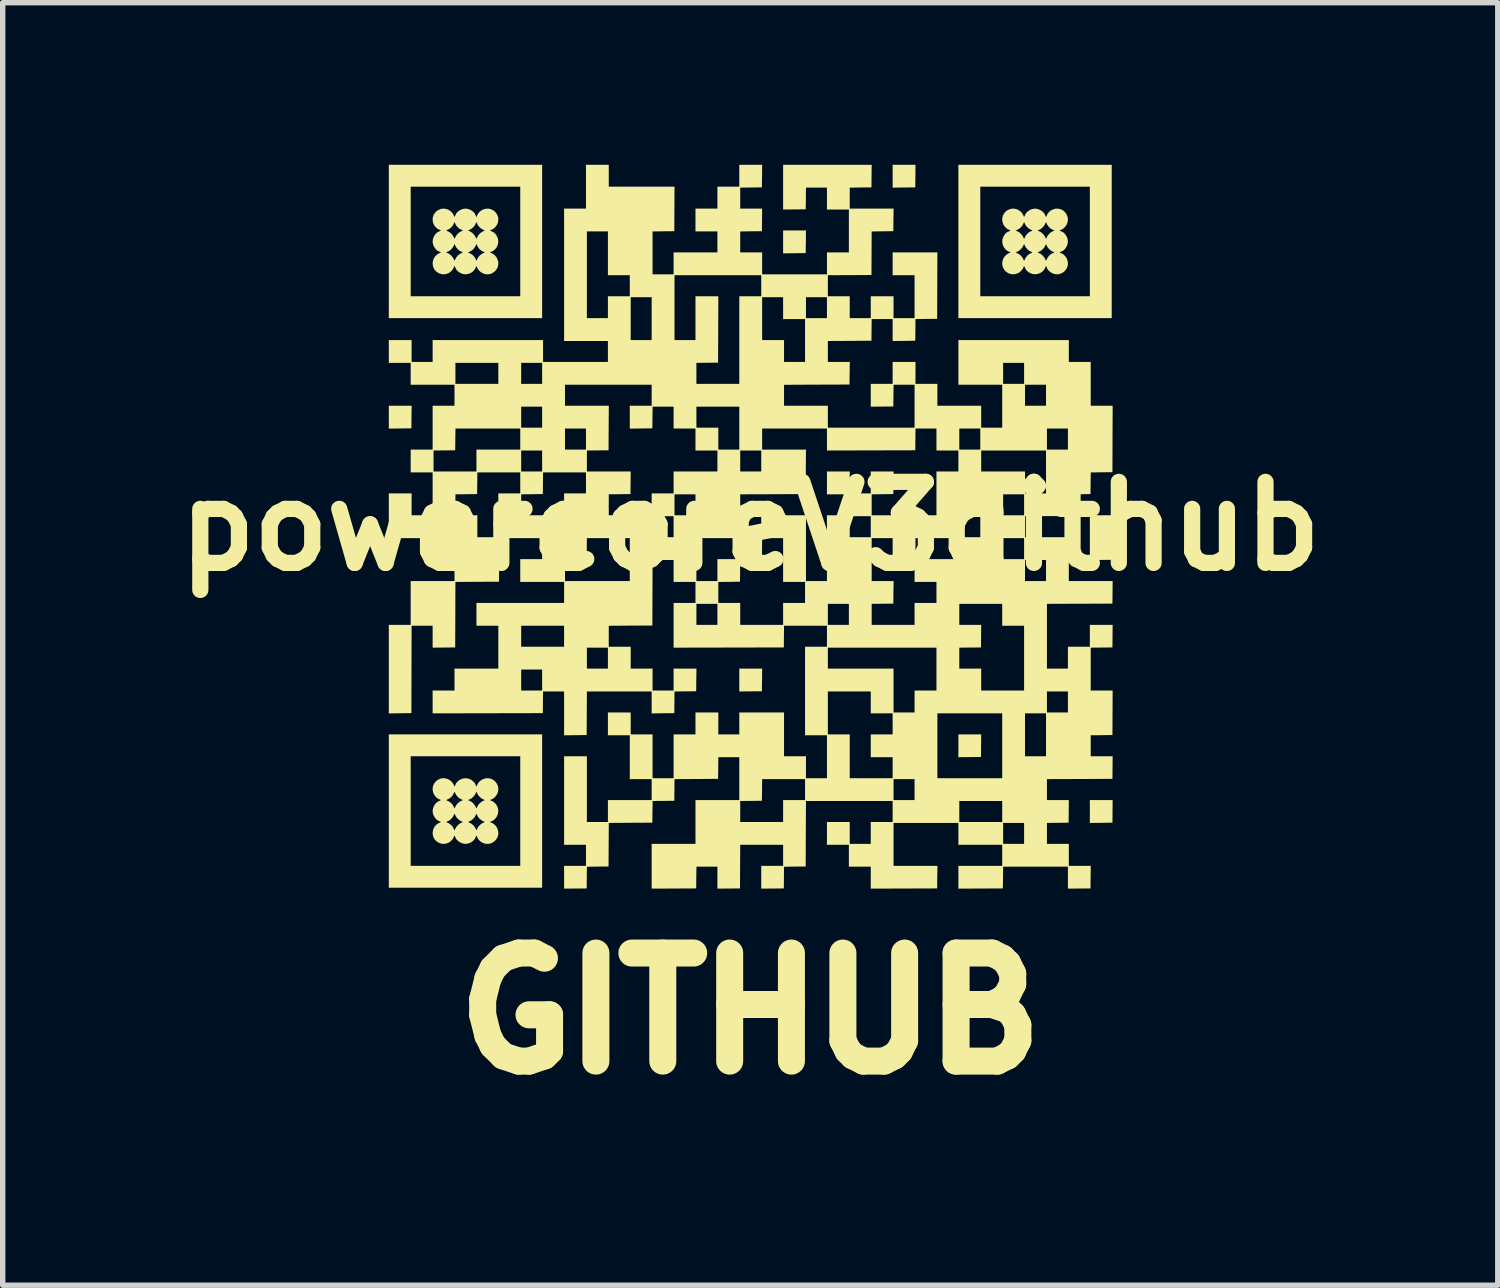
<source format=kicad_pcb>
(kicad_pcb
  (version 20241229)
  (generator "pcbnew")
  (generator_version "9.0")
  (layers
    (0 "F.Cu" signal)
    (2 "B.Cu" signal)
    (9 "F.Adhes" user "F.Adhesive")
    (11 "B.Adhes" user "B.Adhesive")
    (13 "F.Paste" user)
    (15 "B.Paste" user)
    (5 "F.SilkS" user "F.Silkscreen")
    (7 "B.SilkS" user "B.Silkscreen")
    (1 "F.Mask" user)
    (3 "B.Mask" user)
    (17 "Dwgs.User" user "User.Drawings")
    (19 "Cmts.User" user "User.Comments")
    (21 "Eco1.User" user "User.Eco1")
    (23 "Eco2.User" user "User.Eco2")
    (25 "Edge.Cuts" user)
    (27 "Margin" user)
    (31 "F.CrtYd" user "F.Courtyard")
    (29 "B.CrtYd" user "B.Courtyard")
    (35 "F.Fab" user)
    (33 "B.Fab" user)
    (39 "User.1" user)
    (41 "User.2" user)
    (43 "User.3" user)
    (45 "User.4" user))
  (footprint "powercoreV3github"
    (layer "F.Cu")
    (at 10.836 6.69)
    (property "Reference" "powercoreV3github" (at 0 0 0) (layer "F.SilkS") (effects (font (size 1.5 1.5) (thickness 0.3))))
    (attr board_only exclude_from_pos_files exclude_from_bom)
    (fp_poly (pts (xy -6.27 -2.021) (xy -6.272 -1.812) (xy -6.481 -1.81) (xy -6.69 -1.807) (xy -6.69 -2.019) (xy -6.69 -2.23) (xy -6.479 -2.23) (xy -6.267 -2.23)) (stroke (width 0) (type solid)) (fill yes) (layer "F.SilkS"))
    (fp_poly (pts (xy 0.218 2.845) (xy 0.215 3.054) (xy 0.006 3.056) (xy -0.203 3.058) (xy -0.203 2.847) (xy -0.203 2.635) (xy 0.009 2.635) (xy 0.22 2.635)) (stroke (width 0) (type solid)) (fill yes) (layer "F.SilkS"))
    (fp_poly (pts (xy 1.029 -5.265) (xy 1.026 -5.056) (xy 0.817 -5.053) (xy 0.608 -5.051) (xy 0.608 -5.262) (xy 0.608 -5.474) (xy 0.82 -5.474) (xy 1.031 -5.474)) (stroke (width 0) (type solid)) (fill yes) (layer "F.SilkS"))
    (fp_poly (pts (xy 3.056 -6.481) (xy 3.054 -6.272) (xy 2.845 -6.27) (xy 2.635 -6.267) (xy 2.635 -6.479) (xy 2.635 -6.69) (xy 2.847 -6.69) (xy 3.058 -6.69)) (stroke (width 0) (type solid)) (fill yes) (layer "F.SilkS"))
    (fp_poly (pts (xy 4.272 4.061) (xy 4.27 4.27) (xy 4.061 4.272) (xy 3.852 4.274) (xy 3.852 4.063) (xy 3.852 3.852) (xy 4.063 3.852) (xy 4.274 3.852)) (stroke (width 0) (type solid)) (fill yes) (layer "F.SilkS"))
    (fp_poly (pts (xy 6.705 0.209) (xy 6.703 0.621) (xy 6.494 0.623) (xy 6.285 0.625) (xy 6.285 0.211) (xy 6.285 -0.203) (xy 6.496 -0.203) (xy 6.707 -0.203)) (stroke (width 0) (type solid)) (fill yes) (layer "F.SilkS"))
    (fp_poly (pts (xy 6.705 5.277) (xy 6.703 5.486) (xy 6.494 5.489) (xy 6.285 5.491) (xy 6.285 5.279) (xy 6.285 5.068) (xy 6.496 5.068) (xy 6.707 5.068)) (stroke (width 0) (type solid)) (fill yes) (layer "F.SilkS"))
    (fp_poly (pts (xy -3.852 -5.271) (xy -3.852 -3.852) (xy -5.271 -3.852) (xy -6.69 -3.852) (xy -6.69 -5.271) (xy -6.285 -5.271) (xy -6.285 -4.257) (xy -5.271 -4.257) (xy -4.257 -4.257) (xy -4.257 -5.271) (xy -4.257 -6.285) (xy -5.271 -6.285) (xy -6.285 -6.285) (xy -6.285 -5.271) (xy -6.69 -5.271) (xy -6.69 -6.69) (xy -5.271 -6.69) (xy -3.852 -6.69)) (stroke (width 0) (type solid)) (fill yes) (layer "F.SilkS"))
    (fp_poly (pts (xy -3.852 5.271) (xy -3.852 6.69) (xy -5.271 6.69) (xy -6.69 6.69) (xy -6.69 5.271) (xy -6.285 5.271) (xy -6.285 6.285) (xy -5.271 6.285) (xy -4.257 6.285) (xy -4.257 5.271) (xy -4.257 4.257) (xy -5.271 4.257) (xy -6.285 4.257) (xy -6.285 5.271) (xy -6.69 5.271) (xy -6.69 3.852) (xy -5.271 3.852) (xy -3.852 3.852)) (stroke (width 0) (type solid)) (fill yes) (layer "F.SilkS"))
    (fp_poly (pts (xy 6.69 -5.271) (xy 6.69 -3.852) (xy 5.271 -3.852) (xy 3.852 -3.852) (xy 3.852 -5.271) (xy 4.257 -5.271) (xy 4.257 -4.257) (xy 5.271 -4.257) (xy 6.285 -4.257) (xy 6.285 -5.271) (xy 6.285 -6.285) (xy 5.271 -6.285) (xy 4.257 -6.285) (xy 4.257 -5.271) (xy 3.852 -5.271) (xy 3.852 -6.69) (xy 5.271 -6.69) (xy 6.69 -6.69)) (stroke (width 0) (type solid)) (fill yes) (layer "F.SilkS"))
    (fp_poly (pts (xy -5.627 4.669) (xy -5.587 4.684) (xy -5.548 4.709) (xy -5.515 4.741) (xy -5.492 4.776) (xy -5.485 4.795) (xy -5.479 4.81) (xy -5.474 4.815) (xy -5.467 4.808) (xy -5.462 4.795) (xy -5.444 4.755) (xy -5.413 4.719) (xy -5.372 4.69) (xy -5.325 4.671) (xy -5.275 4.663) (xy -5.271 4.663) (xy -5.221 4.67) (xy -5.174 4.688) (xy -5.132 4.717) (xy -5.1 4.752) (xy -5.081 4.792) (xy -5.08 4.795) (xy -5.074 4.81) (xy -5.068 4.815) (xy -5.061 4.808) (xy -5.057 4.795) (xy -5.041 4.76) (xy -5.013 4.726) (xy -4.976 4.696) (xy -4.955 4.684) (xy -4.901 4.666) (xy -4.849 4.663) (xy -4.8 4.673) (xy -4.756 4.695) (xy -4.718 4.727) (xy -4.689 4.766) (xy -4.669 4.812) (xy -4.662 4.862) (xy -4.669 4.915) (xy -4.684 4.955) (xy -4.709 4.994) (xy -4.741 5.027) (xy -4.776 5.05) (xy -4.795 5.057) (xy -4.812 5.064) (xy -4.812 5.072) (xy -4.795 5.08) (xy -4.755 5.098) (xy -4.719 5.129) (xy -4.69 5.17) (xy -4.671 5.217) (xy -4.663 5.267) (xy -4.663 5.271) (xy -4.67 5.32) (xy -4.688 5.368) (xy -4.717 5.409) (xy -4.752 5.442) (xy -4.792 5.461) (xy -4.795 5.462) (xy -4.812 5.469) (xy -4.812 5.478) (xy -4.795 5.485) (xy -4.76 5.501) (xy -4.726 5.529) (xy -4.696 5.565) (xy -4.684 5.587) (xy -4.666 5.64) (xy -4.663 5.693) (xy -4.673 5.742) (xy -4.695 5.786) (xy -4.727 5.824) (xy -4.766 5.853) (xy -4.812 5.872) (xy -4.862 5.88) (xy -4.915 5.873) (xy -4.955 5.858) (xy -4.994 5.833) (xy -5.027 5.801) (xy -5.05 5.765) (xy -5.057 5.747) (xy -5.063 5.732) (xy -5.068 5.727) (xy -5.075 5.734) (xy -5.08 5.747) (xy -5.098 5.787) (xy -5.129 5.822) (xy -5.17 5.851) (xy -5.217 5.871) (xy -5.267 5.879) (xy -5.271 5.879) (xy -5.32 5.872) (xy -5.368 5.853) (xy -5.409 5.825) (xy -5.442 5.79) (xy -5.461 5.75) (xy -5.462 5.747) (xy -5.468 5.732) (xy -5.474 5.727) (xy -5.481 5.734) (xy -5.485 5.747) (xy -5.501 5.78) (xy -5.528 5.814) (xy -5.562 5.844) (xy -5.584 5.857) (xy -5.64 5.876) (xy -5.697 5.879) (xy -5.752 5.864) (xy -5.768 5.857) (xy -5.815 5.825) (xy -5.85 5.783) (xy -5.872 5.734) (xy -5.879 5.68) (xy -5.872 5.625) (xy -5.857 5.584) (xy -5.833 5.548) (xy -5.801 5.516) (xy -5.766 5.493) (xy -5.747 5.485) (xy -5.732 5.479) (xy -5.727 5.474) (xy -5.626 5.474) (xy -5.619 5.479) (xy -5.601 5.488) (xy -5.595 5.49) (xy -5.563 5.508) (xy -5.53 5.536) (xy -5.503 5.569) (xy -5.49 5.595) (xy -5.481 5.615) (xy -5.475 5.625) (xy -5.474 5.626) (xy -5.468 5.619) (xy -5.46 5.601) (xy -5.458 5.595) (xy -5.439 5.563) (xy -5.411 5.53) (xy -5.378 5.503) (xy -5.352 5.49) (xy -5.333 5.481) (xy -5.322 5.475) (xy -5.322 5.474) (xy -5.22 5.474) (xy -5.213 5.479) (xy -5.195 5.488) (xy -5.19 5.49) (xy -5.157 5.508) (xy -5.125 5.536) (xy -5.098 5.569) (xy -5.084 5.595) (xy -5.076 5.615) (xy -5.069 5.625) (xy -5.068 5.626) (xy -5.062 5.619) (xy -5.054 5.601) (xy -5.052 5.595) (xy -5.034 5.563) (xy -5.005 5.53) (xy -4.972 5.503) (xy -4.947 5.49) (xy -4.927 5.481) (xy -4.917 5.475) (xy -4.916 5.474) (xy -4.923 5.468) (xy -4.941 5.46) (xy -4.947 5.458) (xy -4.979 5.439) (xy -5.012 5.411) (xy -5.039 5.378) (xy -5.052 5.352) (xy -5.06 5.333) (xy -5.067 5.322) (xy -5.068 5.322) (xy -5.074 5.329) (xy -5.082 5.346) (xy -5.084 5.352) (xy -5.102 5.385) (xy -5.131 5.417) (xy -5.164 5.444) (xy -5.19 5.458) (xy -5.209 5.466) (xy -5.22 5.472) (xy -5.22 5.474) (xy -5.322 5.474) (xy -5.329 5.468) (xy -5.346 5.46) (xy -5.352 5.458) (xy -5.385 5.439) (xy -5.417 5.411) (xy -5.444 5.378) (xy -5.458 5.352) (xy -5.466 5.333) (xy -5.472 5.322) (xy -5.474 5.322) (xy -5.479 5.329) (xy -5.488 5.346) (xy -5.49 5.352) (xy -5.508 5.385) (xy -5.536 5.417) (xy -5.569 5.444) (xy -5.595 5.458) (xy -5.615 5.466) (xy -5.625 5.472) (xy -5.626 5.474) (xy -5.727 5.474) (xy -5.734 5.467) (xy -5.747 5.462) (xy -5.787 5.444) (xy -5.822 5.413) (xy -5.851 5.372) (xy -5.871 5.325) (xy -5.879 5.275) (xy -5.879 5.271) (xy -5.872 5.221) (xy -5.853 5.174) (xy -5.825 5.132) (xy -5.79 5.1) (xy -5.75 5.081) (xy -5.747 5.08) (xy -5.73 5.072) (xy -5.73 5.068) (xy -5.626 5.068) (xy -5.619 5.074) (xy -5.601 5.082) (xy -5.595 5.084) (xy -5.563 5.102) (xy -5.53 5.131) (xy -5.503 5.164) (xy -5.49 5.19) (xy -5.481 5.209) (xy -5.475 5.22) (xy -5.474 5.22) (xy -5.468 5.213) (xy -5.46 5.195) (xy -5.458 5.19) (xy -5.439 5.157) (xy -5.411 5.125) (xy -5.378 5.098) (xy -5.352 5.084) (xy -5.333 5.076) (xy -5.322 5.069) (xy -5.322 5.068) (xy -5.22 5.068) (xy -5.213 5.074) (xy -5.195 5.082) (xy -5.19 5.084) (xy -5.157 5.102) (xy -5.125 5.131) (xy -5.098 5.164) (xy -5.084 5.19) (xy -5.076 5.209) (xy -5.069 5.22) (xy -5.068 5.22) (xy -5.062 5.213) (xy -5.054 5.195) (xy -5.052 5.19) (xy -5.034 5.157) (xy -5.005 5.125) (xy -4.972 5.098) (xy -4.947 5.084) (xy -4.927 5.076) (xy -4.917 5.069) (xy -4.916 5.068) (xy -4.923 5.062) (xy -4.941 5.054) (xy -4.947 5.052) (xy -4.979 5.034) (xy -5.012 5.005) (xy -5.039 4.972) (xy -5.052 4.947) (xy -5.06 4.927) (xy -5.067 4.917) (xy -5.068 4.916) (xy -5.074 4.923) (xy -5.082 4.941) (xy -5.084 4.947) (xy -5.102 4.979) (xy -5.131 5.012) (xy -5.164 5.039) (xy -5.19 5.052) (xy -5.209 5.06) (xy -5.22 5.067) (xy -5.22 5.068) (xy -5.322 5.068) (xy -5.329 5.062) (xy -5.346 5.054) (xy -5.352 5.052) (xy -5.385 5.034) (xy -5.417 5.005) (xy -5.444 4.972) (xy -5.458 4.947) (xy -5.466 4.927) (xy -5.472 4.917) (xy -5.474 4.916) (xy -5.479 4.923) (xy -5.488 4.941) (xy -5.49 4.947) (xy -5.508 4.979) (xy -5.536 5.012) (xy -5.569 5.039) (xy -5.595 5.052) (xy -5.615 5.06) (xy -5.625 5.067) (xy -5.626 5.068) (xy -5.73 5.068) (xy -5.73 5.064) (xy -5.747 5.057) (xy -5.781 5.041) (xy -5.816 5.013) (xy -5.846 4.976) (xy -5.858 4.955) (xy -5.876 4.901) (xy -5.879 4.849) (xy -5.869 4.8) (xy -5.847 4.756) (xy -5.815 4.718) (xy -5.775 4.689) (xy -5.73 4.669) (xy -5.68 4.662)) (stroke (width 0) (type solid)) (fill yes) (layer "F.SilkS"))
    (fp_poly (pts (xy 4.915 -5.873) (xy 4.955 -5.858) (xy 4.994 -5.833) (xy 5.027 -5.801) (xy 5.05 -5.765) (xy 5.057 -5.747) (xy 5.064 -5.73) (xy 5.072 -5.73) (xy 5.08 -5.747) (xy 5.098 -5.787) (xy 5.129 -5.822) (xy 5.17 -5.851) (xy 5.217 -5.871) (xy 5.267 -5.879) (xy 5.271 -5.879) (xy 5.32 -5.872) (xy 5.368 -5.853) (xy 5.409 -5.825) (xy 5.442 -5.79) (xy 5.461 -5.75) (xy 5.462 -5.747) (xy 5.468 -5.732) (xy 5.474 -5.727) (xy 5.481 -5.734) (xy 5.485 -5.747) (xy 5.501 -5.781) (xy 5.529 -5.816) (xy 5.565 -5.846) (xy 5.587 -5.858) (xy 5.64 -5.876) (xy 5.693 -5.879) (xy 5.742 -5.869) (xy 5.786 -5.847) (xy 5.824 -5.815) (xy 5.853 -5.775) (xy 5.872 -5.73) (xy 5.88 -5.68) (xy 5.873 -5.627) (xy 5.858 -5.587) (xy 5.833 -5.548) (xy 5.801 -5.515) (xy 5.765 -5.492) (xy 5.747 -5.485) (xy 5.732 -5.479) (xy 5.727 -5.474) (xy 5.734 -5.467) (xy 5.747 -5.462) (xy 5.787 -5.444) (xy 5.822 -5.413) (xy 5.851 -5.372) (xy 5.871 -5.325) (xy 5.879 -5.275) (xy 5.879 -5.271) (xy 5.872 -5.221) (xy 5.853 -5.174) (xy 5.825 -5.132) (xy 5.79 -5.1) (xy 5.75 -5.081) (xy 5.747 -5.08) (xy 5.732 -5.074) (xy 5.727 -5.068) (xy 5.734 -5.061) (xy 5.747 -5.057) (xy 5.781 -5.041) (xy 5.816 -5.013) (xy 5.846 -4.976) (xy 5.858 -4.955) (xy 5.876 -4.901) (xy 5.879 -4.849) (xy 5.869 -4.8) (xy 5.847 -4.756) (xy 5.815 -4.718) (xy 5.775 -4.689) (xy 5.73 -4.669) (xy 5.68 -4.662) (xy 5.627 -4.669) (xy 5.587 -4.684) (xy 5.548 -4.709) (xy 5.515 -4.741) (xy 5.492 -4.776) (xy 5.485 -4.795) (xy 5.478 -4.812) (xy 5.469 -4.812) (xy 5.462 -4.795) (xy 5.444 -4.755) (xy 5.413 -4.719) (xy 5.372 -4.69) (xy 5.325 -4.671) (xy 5.275 -4.663) (xy 5.271 -4.663) (xy 5.221 -4.67) (xy 5.174 -4.688) (xy 5.132 -4.717) (xy 5.1 -4.752) (xy 5.081 -4.792) (xy 5.08 -4.795) (xy 5.074 -4.81) (xy 5.068 -4.815) (xy 5.061 -4.808) (xy 5.057 -4.795) (xy 5.041 -4.761) (xy 5.014 -4.728) (xy 4.98 -4.698) (xy 4.957 -4.685) (xy 4.902 -4.666) (xy 4.845 -4.663) (xy 4.789 -4.678) (xy 4.774 -4.685) (xy 4.727 -4.717) (xy 4.692 -4.759) (xy 4.67 -4.808) (xy 4.662 -4.862) (xy 4.67 -4.917) (xy 4.685 -4.957) (xy 4.709 -4.994) (xy 4.741 -5.026) (xy 4.775 -5.049) (xy 4.795 -5.057) (xy 4.81 -5.063) (xy 4.815 -5.068) (xy 4.916 -5.068) (xy 4.923 -5.062) (xy 4.941 -5.054) (xy 4.947 -5.052) (xy 4.979 -5.034) (xy 5.012 -5.005) (xy 5.039 -4.972) (xy 5.052 -4.947) (xy 5.06 -4.927) (xy 5.067 -4.917) (xy 5.068 -4.916) (xy 5.074 -4.923) (xy 5.082 -4.941) (xy 5.084 -4.947) (xy 5.102 -4.979) (xy 5.131 -5.012) (xy 5.164 -5.039) (xy 5.19 -5.052) (xy 5.209 -5.06) (xy 5.22 -5.067) (xy 5.22 -5.068) (xy 5.322 -5.068) (xy 5.329 -5.062) (xy 5.346 -5.054) (xy 5.352 -5.052) (xy 5.385 -5.034) (xy 5.417 -5.005) (xy 5.444 -4.972) (xy 5.458 -4.947) (xy 5.466 -4.927) (xy 5.472 -4.917) (xy 5.474 -4.916) (xy 5.479 -4.923) (xy 5.488 -4.941) (xy 5.49 -4.947) (xy 5.508 -4.979) (xy 5.536 -5.012) (xy 5.569 -5.039) (xy 5.595 -5.052) (xy 5.615 -5.06) (xy 5.625 -5.067) (xy 5.626 -5.068) (xy 5.619 -5.074) (xy 5.601 -5.082) (xy 5.595 -5.084) (xy 5.563 -5.102) (xy 5.53 -5.131) (xy 5.503 -5.164) (xy 5.49 -5.19) (xy 5.481 -5.209) (xy 5.475 -5.22) (xy 5.474 -5.22) (xy 5.468 -5.213) (xy 5.46 -5.195) (xy 5.458 -5.19) (xy 5.439 -5.157) (xy 5.411 -5.125) (xy 5.378 -5.098) (xy 5.352 -5.084) (xy 5.333 -5.076) (xy 5.322 -5.069) (xy 5.322 -5.068) (xy 5.22 -5.068) (xy 5.213 -5.074) (xy 5.195 -5.082) (xy 5.19 -5.084) (xy 5.157 -5.102) (xy 5.125 -5.131) (xy 5.098 -5.164) (xy 5.084 -5.19) (xy 5.076 -5.209) (xy 5.069 -5.22) (xy 5.068 -5.22) (xy 5.062 -5.213) (xy 5.054 -5.195) (xy 5.052 -5.19) (xy 5.034 -5.157) (xy 5.005 -5.125) (xy 4.972 -5.098) (xy 4.947 -5.084) (xy 4.927 -5.076) (xy 4.917 -5.069) (xy 4.916 -5.068) (xy 4.815 -5.068) (xy 4.808 -5.075) (xy 4.795 -5.08) (xy 4.755 -5.098) (xy 4.719 -5.129) (xy 4.69 -5.17) (xy 4.671 -5.217) (xy 4.663 -5.267) (xy 4.663 -5.271) (xy 4.67 -5.32) (xy 4.688 -5.368) (xy 4.717 -5.409) (xy 4.752 -5.442) (xy 4.792 -5.461) (xy 4.795 -5.462) (xy 4.812 -5.469) (xy 4.812 -5.474) (xy 4.916 -5.474) (xy 4.923 -5.468) (xy 4.941 -5.46) (xy 4.947 -5.458) (xy 4.979 -5.439) (xy 5.012 -5.411) (xy 5.039 -5.378) (xy 5.052 -5.352) (xy 5.06 -5.333) (xy 5.067 -5.322) (xy 5.068 -5.322) (xy 5.074 -5.329) (xy 5.082 -5.346) (xy 5.084 -5.352) (xy 5.102 -5.385) (xy 5.131 -5.417) (xy 5.164 -5.444) (xy 5.19 -5.458) (xy 5.209 -5.466) (xy 5.22 -5.472) (xy 5.22 -5.474) (xy 5.322 -5.474) (xy 5.329 -5.468) (xy 5.346 -5.46) (xy 5.352 -5.458) (xy 5.385 -5.439) (xy 5.417 -5.411) (xy 5.444 -5.378) (xy 5.458 -5.352) (xy 5.466 -5.333) (xy 5.472 -5.322) (xy 5.474 -5.322) (xy 5.479 -5.329) (xy 5.488 -5.346) (xy 5.49 -5.352) (xy 5.508 -5.385) (xy 5.536 -5.417) (xy 5.569 -5.444) (xy 5.595 -5.458) (xy 5.615 -5.466) (xy 5.625 -5.472) (xy 5.626 -5.474) (xy 5.619 -5.479) (xy 5.601 -5.488) (xy 5.595 -5.49) (xy 5.563 -5.508) (xy 5.53 -5.536) (xy 5.503 -5.569) (xy 5.49 -5.595) (xy 5.481 -5.615) (xy 5.475 -5.625) (xy 5.474 -5.626) (xy 5.468 -5.619) (xy 5.46 -5.601) (xy 5.458 -5.595) (xy 5.439 -5.563) (xy 5.411 -5.53) (xy 5.378 -5.503) (xy 5.352 -5.49) (xy 5.333 -5.481) (xy 5.322 -5.475) (xy 5.322 -5.474) (xy 5.22 -5.474) (xy 5.213 -5.479) (xy 5.195 -5.488) (xy 5.19 -5.49) (xy 5.157 -5.508) (xy 5.125 -5.536) (xy 5.098 -5.569) (xy 5.084 -5.595) (xy 5.076 -5.615) (xy 5.069 -5.625) (xy 5.068 -5.626) (xy 5.062 -5.619) (xy 5.054 -5.601) (xy 5.052 -5.595) (xy 5.034 -5.563) (xy 5.005 -5.53) (xy 4.972 -5.503) (xy 4.947 -5.49) (xy 4.927 -5.481) (xy 4.917 -5.475) (xy 4.916 -5.474) (xy 4.812 -5.474) (xy 4.812 -5.478) (xy 4.795 -5.485) (xy 4.76 -5.501) (xy 4.726 -5.529) (xy 4.696 -5.565) (xy 4.684 -5.587) (xy 4.666 -5.64) (xy 4.663 -5.693) (xy 4.673 -5.742) (xy 4.695 -5.786) (xy 4.727 -5.824) (xy 4.766 -5.853) (xy 4.812 -5.872) (xy 4.862 -5.88)) (stroke (width 0) (type solid)) (fill yes) (layer "F.SilkS"))
    (fp_poly (pts (xy -5.627 -5.873) (xy -5.587 -5.858) (xy -5.548 -5.833) (xy -5.515 -5.801) (xy -5.492 -5.765) (xy -5.485 -5.747) (xy -5.478 -5.73) (xy -5.469 -5.73) (xy -5.462 -5.747) (xy -5.444 -5.787) (xy -5.413 -5.822) (xy -5.372 -5.851) (xy -5.325 -5.871) (xy -5.275 -5.879) (xy -5.271 -5.879) (xy -5.221 -5.872) (xy -5.174 -5.853) (xy -5.132 -5.825) (xy -5.1 -5.79) (xy -5.081 -5.75) (xy -5.08 -5.747) (xy -5.074 -5.732) (xy -5.068 -5.727) (xy -5.061 -5.734) (xy -5.057 -5.747) (xy -5.041 -5.781) (xy -5.013 -5.816) (xy -4.976 -5.846) (xy -4.955 -5.858) (xy -4.901 -5.876) (xy -4.849 -5.879) (xy -4.8 -5.869) (xy -4.756 -5.847) (xy -4.718 -5.815) (xy -4.689 -5.775) (xy -4.669 -5.73) (xy -4.662 -5.68) (xy -4.669 -5.627) (xy -4.684 -5.587) (xy -4.709 -5.548) (xy -4.741 -5.515) (xy -4.776 -5.492) (xy -4.795 -5.485) (xy -4.812 -5.478) (xy -4.812 -5.469) (xy -4.795 -5.462) (xy -4.755 -5.444) (xy -4.719 -5.413) (xy -4.69 -5.372) (xy -4.671 -5.325) (xy -4.663 -5.275) (xy -4.663 -5.271) (xy -4.67 -5.221) (xy -4.688 -5.174) (xy -4.717 -5.132) (xy -4.752 -5.1) (xy -4.792 -5.081) (xy -4.795 -5.08) (xy -4.812 -5.072) (xy -4.812 -5.064) (xy -4.795 -5.057) (xy -4.76 -5.041) (xy -4.726 -5.013) (xy -4.696 -4.976) (xy -4.684 -4.955) (xy -4.666 -4.901) (xy -4.663 -4.849) (xy -4.673 -4.8) (xy -4.695 -4.756) (xy -4.727 -4.718) (xy -4.766 -4.689) (xy -4.812 -4.669) (xy -4.862 -4.662) (xy -4.915 -4.669) (xy -4.955 -4.684) (xy -4.994 -4.709) (xy -5.027 -4.741) (xy -5.05 -4.776) (xy -5.057 -4.795) (xy -5.064 -4.812) (xy -5.072 -4.812) (xy -5.08 -4.795) (xy -5.098 -4.755) (xy -5.129 -4.719) (xy -5.17 -4.69) (xy -5.217 -4.671) (xy -5.267 -4.663) (xy -5.271 -4.663) (xy -5.32 -4.67) (xy -5.368 -4.688) (xy -5.409 -4.717) (xy -5.442 -4.752) (xy -5.461 -4.792) (xy -5.462 -4.795) (xy -5.468 -4.81) (xy -5.474 -4.815) (xy -5.481 -4.808) (xy -5.485 -4.795) (xy -5.501 -4.761) (xy -5.528 -4.728) (xy -5.562 -4.698) (xy -5.584 -4.685) (xy -5.64 -4.666) (xy -5.697 -4.663) (xy -5.752 -4.678) (xy -5.768 -4.685) (xy -5.815 -4.717) (xy -5.85 -4.759) (xy -5.872 -4.808) (xy -5.879 -4.862) (xy -5.872 -4.917) (xy -5.857 -4.957) (xy -5.833 -4.994) (xy -5.801 -5.026) (xy -5.766 -5.049) (xy -5.747 -5.057) (xy -5.732 -5.063) (xy -5.727 -5.068) (xy -5.626 -5.068) (xy -5.619 -5.062) (xy -5.601 -5.054) (xy -5.595 -5.052) (xy -5.563 -5.034) (xy -5.53 -5.005) (xy -5.503 -4.972) (xy -5.49 -4.947) (xy -5.481 -4.927) (xy -5.475 -4.917) (xy -5.474 -4.916) (xy -5.468 -4.923) (xy -5.46 -4.941) (xy -5.458 -4.947) (xy -5.439 -4.979) (xy -5.411 -5.012) (xy -5.378 -5.039) (xy -5.352 -5.052) (xy -5.333 -5.06) (xy -5.322 -5.067) (xy -5.322 -5.068) (xy -5.22 -5.068) (xy -5.213 -5.062) (xy -5.195 -5.054) (xy -5.19 -5.052) (xy -5.166 -5.039) (xy -5.139 -5.02) (xy -5.127 -5.009) (xy -5.106 -4.984) (xy -5.089 -4.958) (xy -5.084 -4.947) (xy -5.076 -4.927) (xy -5.069 -4.917) (xy -5.068 -4.916) (xy -5.062 -4.923) (xy -5.054 -4.941) (xy -5.052 -4.947) (xy -5.039 -4.971) (xy -5.02 -4.997) (xy -5.009 -5.009) (xy -4.984 -5.03) (xy -4.958 -5.047) (xy -4.947 -5.052) (xy -4.927 -5.06) (xy -4.917 -5.067) (xy -4.916 -5.068) (xy -4.923 -5.074) (xy -4.941 -5.082) (xy -4.947 -5.084) (xy -4.971 -5.097) (xy -4.997 -5.117) (xy -5.009 -5.127) (xy -5.03 -5.152) (xy -5.047 -5.179) (xy -5.052 -5.19) (xy -5.06 -5.209) (xy -5.067 -5.22) (xy -5.068 -5.22) (xy -5.074 -5.213) (xy -5.082 -5.195) (xy -5.084 -5.19) (xy -5.097 -5.166) (xy -5.117 -5.139) (xy -5.127 -5.127) (xy -5.152 -5.106) (xy -5.179 -5.089) (xy -5.19 -5.084) (xy -5.209 -5.076) (xy -5.22 -5.069) (xy -5.22 -5.068) (xy -5.322 -5.068) (xy -5.329 -5.074) (xy -5.346 -5.082) (xy -5.352 -5.084) (xy -5.385 -5.102) (xy -5.417 -5.131) (xy -5.444 -5.164) (xy -5.458 -5.19) (xy -5.466 -5.209) (xy -5.472 -5.22) (xy -5.474 -5.22) (xy -5.479 -5.213) (xy -5.488 -5.195) (xy -5.49 -5.19) (xy -5.508 -5.157) (xy -5.536 -5.125) (xy -5.569 -5.098) (xy -5.595 -5.084) (xy -5.615 -5.076) (xy -5.625 -5.069) (xy -5.626 -5.068) (xy -5.727 -5.068) (xy -5.734 -5.075) (xy -5.747 -5.08) (xy -5.787 -5.098) (xy -5.822 -5.129) (xy -5.851 -5.17) (xy -5.871 -5.217) (xy -5.879 -5.267) (xy -5.879 -5.271) (xy -5.872 -5.32) (xy -5.853 -5.368) (xy -5.825 -5.409) (xy -5.79 -5.442) (xy -5.75 -5.461) (xy -5.747 -5.462) (xy -5.73 -5.469) (xy -5.73 -5.474) (xy -5.626 -5.474) (xy -5.619 -5.468) (xy -5.601 -5.46) (xy -5.595 -5.458) (xy -5.571 -5.445) (xy -5.544 -5.425) (xy -5.533 -5.415) (xy -5.512 -5.39) (xy -5.495 -5.363) (xy -5.49 -5.352) (xy -5.481 -5.333) (xy -5.475 -5.322) (xy -5.474 -5.322) (xy -5.468 -5.329) (xy -5.46 -5.346) (xy -5.458 -5.352) (xy -5.439 -5.385) (xy -5.411 -5.417) (xy -5.378 -5.444) (xy -5.352 -5.458) (xy -5.333 -5.466) (xy -5.322 -5.472) (xy -5.322 -5.474) (xy -5.22 -5.474) (xy -5.213 -5.468) (xy -5.195 -5.46) (xy -5.19 -5.458) (xy -5.157 -5.439) (xy -5.125 -5.411) (xy -5.098 -5.378) (xy -5.084 -5.352) (xy -5.076 -5.333) (xy -5.069 -5.322) (xy -5.068 -5.322) (xy -5.062 -5.329) (xy -5.054 -5.346) (xy -5.052 -5.352) (xy -5.034 -5.385) (xy -5.005 -5.417) (xy -4.972 -5.444) (xy -4.947 -5.458) (xy -4.927 -5.466) (xy -4.917 -5.472) (xy -4.916 -5.474) (xy -4.923 -5.479) (xy -4.941 -5.488) (xy -4.947 -5.49) (xy -4.979 -5.508) (xy -5.012 -5.536) (xy -5.039 -5.569) (xy -5.052 -5.595) (xy -5.06 -5.615) (xy -5.067 -5.625) (xy -5.068 -5.626) (xy -5.074 -5.619) (xy -5.082 -5.601) (xy -5.084 -5.595) (xy -5.102 -5.563) (xy -5.131 -5.53) (xy -5.164 -5.503) (xy -5.19 -5.49) (xy -5.209 -5.481) (xy -5.22 -5.475) (xy -5.22 -5.474) (xy -5.322 -5.474) (xy -5.329 -5.479) (xy -5.346 -5.488) (xy -5.352 -5.49) (xy -5.385 -5.508) (xy -5.417 -5.536) (xy -5.444 -5.569) (xy -5.458 -5.595) (xy -5.466 -5.615) (xy -5.472 -5.625) (xy -5.474 -5.626) (xy -5.479 -5.619) (xy -5.488 -5.601) (xy -5.49 -5.595) (xy -5.508 -5.563) (xy -5.536 -5.53) (xy -5.569 -5.503) (xy -5.595 -5.49) (xy -5.615 -5.481) (xy -5.625 -5.475) (xy -5.626 -5.474) (xy -5.73 -5.474) (xy -5.73 -5.478) (xy -5.747 -5.485) (xy -5.781 -5.501) (xy -5.816 -5.529) (xy -5.846 -5.565) (xy -5.858 -5.587) (xy -5.876 -5.64) (xy -5.879 -5.693) (xy -5.869 -5.742) (xy -5.847 -5.786) (xy -5.815 -5.824) (xy -5.775 -5.853) (xy -5.73 -5.872) (xy -5.68 -5.88)) (stroke (width 0) (type solid)) (fill yes) (layer "F.SilkS"))
    (fp_poly (pts (xy -2.619 -6.487) (xy -2.619 -6.285) (xy -2.01 -6.285) (xy -1.402 -6.285) (xy -1.404 -5.873) (xy -1.406 -5.461) (xy -1.607 -5.459) (xy -1.808 -5.456) (xy -1.808 -5.06) (xy -1.808 -4.663) (xy -1.613 -4.663) (xy -1.419 -4.663) (xy -1.419 -4.865) (xy -1.419 -5.068) (xy -1.014 -5.068) (xy -0.608 -5.068) (xy -0.608 -5.262) (xy -0.608 -5.457) (xy -0.811 -5.457) (xy -1.014 -5.457) (xy -1.014 -5.668) (xy -1.014 -5.879) (xy -0.811 -5.879) (xy -0.608 -5.879) (xy -0.608 -6.082) (xy -0.608 -6.285) (xy -0.405 -6.285) (xy -0.203 -6.285) (xy -0.203 -6.487) (xy -0.203 -6.69) (xy 0.009 -6.69) (xy 0.22 -6.69) (xy 0.218 -6.481) (xy 0.215 -6.272) (xy 0.015 -6.27) (xy -0.186 -6.267) (xy -0.186 -6.073) (xy -0.186 -5.879) (xy 0.017 -5.879) (xy 0.22 -5.879) (xy 0.218 -5.67) (xy 0.215 -5.461) (xy 0.015 -5.459) (xy -0.186 -5.456) (xy -0.186 -5.262) (xy -0.186 -5.068) (xy 0.017 -5.068) (xy 0.22 -5.068) (xy 0.22 -4.865) (xy 0.22 -4.663) (xy 0.819 -4.663) (xy 1.419 -4.663) (xy 1.419 -4.865) (xy 1.419 -5.068) (xy 1.622 -5.068) (xy 1.825 -5.068) (xy 1.825 -5.465) (xy 1.825 -5.862) (xy 1.622 -5.862) (xy 1.419 -5.862) (xy 1.419 -6.065) (xy 1.419 -6.268) (xy 1.225 -6.268) (xy 1.031 -6.268) (xy 1.029 -6.067) (xy 1.026 -5.866) (xy 0.817 -5.864) (xy 0.608 -5.862) (xy 0.608 -6.276) (xy 0.608 -6.69) (xy 1.428 -6.69) (xy 2.247 -6.69) (xy 2.245 -6.481) (xy 2.243 -6.272) (xy 2.042 -6.27) (xy 1.841 -6.267) (xy 1.841 -6.073) (xy 1.841 -5.879) (xy 2.247 -5.879) (xy 2.653 -5.879) (xy 2.65 -5.67) (xy 2.648 -5.461) (xy 2.448 -5.459) (xy 2.247 -5.456) (xy 2.245 -5.053) (xy 2.243 -4.65) (xy 1.839 -4.648) (xy 1.436 -4.646) (xy 1.436 -4.451) (xy 1.436 -4.257) (xy 1.639 -4.257) (xy 1.841 -4.257) (xy 1.841 -4.055) (xy 1.841 -3.852) (xy 2.036 -3.852) (xy 2.23 -3.852) (xy 2.23 -4.055) (xy 2.23 -4.257) (xy 2.441 -4.257) (xy 2.652 -4.257) (xy 2.652 -4.055) (xy 2.652 -3.852) (xy 2.847 -3.852) (xy 3.041 -3.852) (xy 3.041 -4.249) (xy 3.041 -4.646) (xy 2.838 -4.646) (xy 2.635 -4.646) (xy 2.635 -4.857) (xy 2.635 -5.068) (xy 3.049 -5.068) (xy 3.463 -5.068) (xy 3.461 -4.454) (xy 3.459 -3.839) (xy 3.259 -3.837) (xy 3.058 -3.835) (xy 3.056 -3.634) (xy 3.054 -3.434) (xy 2.845 -3.431) (xy 2.635 -3.429) (xy 2.635 -3.632) (xy 2.635 -3.835) (xy 2.441 -3.835) (xy 2.247 -3.835) (xy 2.245 -3.634) (xy 2.243 -3.434) (xy 1.839 -3.431) (xy 1.436 -3.429) (xy 1.436 -3.235) (xy 1.436 -3.041) (xy 1.639 -3.041) (xy 1.842 -3.041) (xy 1.839 -2.832) (xy 1.837 -2.623) (xy 1.231 -2.621) (xy 0.625 -2.618) (xy 0.625 -2.424) (xy 0.625 -2.23) (xy 1.031 -2.23) (xy 1.436 -2.23) (xy 1.436 -2.027) (xy 1.436 -1.825) (xy 2.238 -1.825) (xy 3.041 -1.825) (xy 3.041 -2.222) (xy 3.041 -2.619) (xy 2.847 -2.619) (xy 2.653 -2.619) (xy 2.65 -2.418) (xy 2.648 -2.217) (xy 2.439 -2.215) (xy 2.23 -2.213) (xy 2.23 -2.424) (xy 2.23 -2.635) (xy 2.433 -2.635) (xy 2.635 -2.635) (xy 2.635 -2.838) (xy 2.635 -3.041) (xy 2.847 -3.041) (xy 3.058 -3.041) (xy 3.058 -2.838) (xy 3.058 -2.635) (xy 3.261 -2.635) (xy 3.463 -2.635) (xy 3.463 -2.433) (xy 3.463 -2.23) (xy 3.869 -2.23) (xy 4.274 -2.23) (xy 4.274 -2.027) (xy 4.274 -1.825) (xy 4.468 -1.825) (xy 4.663 -1.825) (xy 4.663 -2.222) (xy 4.663 -2.424) (xy 5.085 -2.424) (xy 5.085 -2.23) (xy 5.279 -2.23) (xy 5.474 -2.23) (xy 5.474 -2.424) (xy 5.474 -2.619) (xy 5.279 -2.619) (xy 5.085 -2.619) (xy 5.085 -2.424) (xy 4.663 -2.424) (xy 4.663 -2.619) (xy 4.257 -2.619) (xy 3.852 -2.619) (xy 3.852 -2.83) (xy 4.68 -2.83) (xy 4.68 -2.635) (xy 4.874 -2.635) (xy 5.068 -2.635) (xy 5.068 -2.83) (xy 5.068 -3.024) (xy 4.874 -3.024) (xy 4.68 -3.024) (xy 4.68 -2.83) (xy 3.852 -2.83) (xy 3.852 -3.032) (xy 3.852 -3.446) (xy 4.874 -3.446) (xy 5.896 -3.446) (xy 5.896 -3.244) (xy 5.896 -3.041) (xy 6.099 -3.041) (xy 6.301 -3.041) (xy 6.301 -2.635) (xy 6.301 -2.23) (xy 6.504 -2.23) (xy 6.707 -2.23) (xy 6.705 -1.615) (xy 6.703 -1.001) (xy 6.502 -0.999) (xy 6.302 -0.996) (xy 6.299 -0.796) (xy 6.297 -0.596) (xy 6.097 -0.593) (xy 5.896 -0.591) (xy 5.894 -0.391) (xy 5.892 -0.19) (xy 5.488 -0.188) (xy 5.085 -0.186) (xy 5.085 0.009) (xy 5.085 0.203) (xy 5.491 0.203) (xy 5.896 0.203) (xy 5.896 0.608) (xy 5.896 1.014) (xy 6.302 1.014) (xy 6.707 1.014) (xy 6.705 1.223) (xy 6.703 1.432) (xy 6.097 1.434) (xy 5.491 1.436) (xy 5.491 2.036) (xy 5.491 2.635) (xy 5.685 2.635) (xy 5.879 2.635) (xy 5.879 2.433) (xy 5.879 2.23) (xy 6.082 2.23) (xy 6.285 2.23) (xy 6.285 2.027) (xy 6.285 1.825) (xy 6.496 1.825) (xy 6.707 1.825) (xy 6.705 2.034) (xy 6.703 2.243) (xy 6.502 2.245) (xy 6.301 2.247) (xy 6.301 2.644) (xy 6.301 3.041) (xy 6.504 3.041) (xy 6.707 3.041) (xy 6.705 3.453) (xy 6.703 3.864) (xy 6.502 3.867) (xy 6.301 3.869) (xy 6.301 4.063) (xy 6.301 4.257) (xy 6.504 4.257) (xy 6.707 4.257) (xy 6.705 4.466) (xy 6.703 4.675) (xy 6.097 4.678) (xy 5.491 4.68) (xy 5.491 4.874) (xy 5.491 5.068) (xy 5.693 5.068) (xy 5.896 5.068) (xy 5.894 5.277) (xy 5.892 5.486) (xy 5.691 5.489) (xy 5.491 5.491) (xy 5.491 5.685) (xy 5.491 5.879) (xy 5.693 5.879) (xy 5.896 5.879) (xy 5.896 6.082) (xy 5.896 6.285) (xy 6.099 6.285) (xy 6.302 6.285) (xy 6.299 6.494) (xy 6.297 6.703) (xy 6.088 6.705) (xy 5.879 6.707) (xy 5.879 6.504) (xy 5.879 6.301) (xy 5.279 6.301) (xy 4.68 6.301) (xy 4.678 6.502) (xy 4.675 6.703) (xy 4.264 6.705) (xy 3.852 6.707) (xy 3.852 6.496) (xy 3.852 6.285) (xy 4.257 6.285) (xy 4.663 6.285) (xy 4.663 6.09) (xy 4.663 5.896) (xy 4.257 5.896) (xy 3.852 5.896) (xy 3.852 5.693) (xy 3.852 5.685) (xy 4.68 5.685) (xy 4.68 5.879) (xy 4.874 5.879) (xy 5.068 5.879) (xy 5.068 5.685) (xy 5.068 5.491) (xy 4.874 5.491) (xy 4.68 5.491) (xy 4.68 5.685) (xy 3.852 5.685) (xy 3.852 5.491) (xy 3.252 5.491) (xy 2.652 5.491) (xy 2.652 5.888) (xy 2.652 6.285) (xy 3.058 6.285) (xy 3.464 6.285) (xy 3.461 6.494) (xy 3.459 6.703) (xy 2.845 6.705) (xy 2.23 6.707) (xy 2.23 6.504) (xy 2.23 6.301) (xy 2.027 6.301) (xy 1.825 6.301) (xy 1.825 6.099) (xy 1.825 5.896) (xy 1.622 5.896) (xy 1.419 5.896) (xy 1.419 5.685) (xy 1.419 5.474) (xy 1.63 5.474) (xy 1.841 5.474) (xy 1.841 5.676) (xy 1.841 5.879) (xy 2.036 5.879) (xy 2.23 5.879) (xy 2.23 5.676) (xy 2.23 5.474) (xy 2.433 5.474) (xy 2.635 5.474) (xy 2.635 5.279) (xy 3.869 5.279) (xy 3.869 5.474) (xy 4.266 5.474) (xy 4.663 5.474) (xy 4.663 5.279) (xy 4.663 5.085) (xy 4.266 5.085) (xy 3.869 5.085) (xy 3.869 5.279) (xy 2.635 5.279) (xy 2.635 5.085) (xy 1.833 5.085) (xy 1.031 5.085) (xy 1.028 5.691) (xy 1.026 6.297) (xy 0.826 6.299) (xy 0.625 6.302) (xy 0.623 6.502) (xy 0.621 6.703) (xy 0.412 6.705) (xy 0.203 6.707) (xy 0.203 6.496) (xy 0.203 6.285) (xy 0.405 6.285) (xy 0.608 6.285) (xy 0.608 6.09) (xy 0.608 5.896) (xy 0.211 5.896) (xy -0.186 5.896) (xy -0.188 6.299) (xy -0.19 6.703) (xy -0.399 6.705) (xy -0.608 6.707) (xy -0.608 6.504) (xy -0.608 6.301) (xy -0.802 6.301) (xy -0.996 6.301) (xy -0.999 6.502) (xy -1.001 6.703) (xy -1.413 6.705) (xy -1.825 6.707) (xy -1.825 6.293) (xy -1.825 5.879) (xy -1.419 5.879) (xy -1.014 5.879) (xy -1.014 5.474) (xy -1.014 5.085) (xy -0.186 5.085) (xy -0.186 5.279) (xy -0.186 5.474) (xy 0.211 5.474) (xy 0.608 5.474) (xy 0.608 5.271) (xy 0.608 5.068) (xy 0.811 5.068) (xy 1.014 5.068) (xy 1.014 4.874) (xy 2.652 4.874) (xy 2.652 5.068) (xy 2.847 5.068) (xy 3.041 5.068) (xy 3.041 4.874) (xy 3.041 4.68) (xy 2.847 4.68) (xy 2.652 4.68) (xy 2.652 4.874) (xy 1.014 4.874) (xy 1.014 4.68) (xy 0.617 4.68) (xy 0.22 4.68) (xy 0.218 4.88) (xy 0.215 5.081) (xy 0.015 5.083) (xy -0.186 5.085) (xy -1.014 5.085) (xy -1.014 5.068) (xy -0.608 5.068) (xy -0.203 5.068) (xy -0.203 4.671) (xy -0.203 4.274) (xy -0.397 4.274) (xy -0.591 4.274) (xy -0.593 4.475) (xy -0.596 4.675) (xy -0.999 4.678) (xy -1.402 4.68) (xy -1.404 4.88) (xy -1.406 5.081) (xy -1.607 5.083) (xy -1.807 5.085) (xy -1.81 5.286) (xy -1.812 5.486) (xy -2.215 5.488) (xy -2.618 5.491) (xy -2.621 5.894) (xy -2.623 6.297) (xy -2.823 6.299) (xy -3.024 6.302) (xy -3.026 6.502) (xy -3.028 6.703) (xy -3.237 6.705) (xy -3.446 6.707) (xy -3.446 6.496) (xy -3.446 6.285) (xy -3.244 6.285) (xy -3.041 6.285) (xy -3.041 6.09) (xy -3.041 5.896) (xy -3.244 5.896) (xy -3.446 5.896) (xy -3.446 5.077) (xy -3.446 4.257) (xy -3.235 4.257) (xy -3.024 4.257) (xy -3.024 4.865) (xy -3.024 5.474) (xy -2.83 5.474) (xy -2.635 5.474) (xy -2.635 5.271) (xy -2.635 5.068) (xy -2.23 5.068) (xy -1.825 5.068) (xy -1.825 4.874) (xy -1.825 4.68) (xy -2.027 4.68) (xy -2.23 4.68) (xy -2.23 4.274) (xy -2.23 3.869) (xy -2.433 3.869) (xy -2.635 3.869) (xy -2.635 3.658) (xy -2.635 3.446) (xy -2.424 3.446) (xy -2.213 3.446) (xy -2.213 3.649) (xy -2.213 3.852) (xy -2.01 3.852) (xy -1.808 3.852) (xy -1.808 4.257) (xy -1.808 4.663) (xy -1.613 4.663) (xy -1.419 4.663) (xy -1.419 4.257) (xy -1.419 3.852) (xy -1.216 3.852) (xy -1.014 3.852) (xy -1.014 3.649) (xy -1.014 3.446) (xy -0.802 3.446) (xy -0.591 3.446) (xy -0.591 3.649) (xy -0.591 3.852) (xy -0.397 3.852) (xy -0.203 3.852) (xy -0.203 3.649) (xy -0.203 3.446) (xy 0.211 3.446) (xy 0.625 3.446) (xy 0.625 3.852) (xy 0.625 4.257) (xy 0.828 4.257) (xy 1.031 4.257) (xy 1.031 4.46) (xy 1.031 4.663) (xy 1.225 4.663) (xy 1.419 4.663) (xy 1.419 4.266) (xy 1.419 3.869) (xy 1.216 3.869) (xy 1.014 3.869) (xy 1.014 3.455) (xy 1.436 3.455) (xy 1.436 3.852) (xy 1.639 3.852) (xy 1.841 3.852) (xy 1.841 4.257) (xy 1.841 4.663) (xy 2.238 4.663) (xy 2.635 4.663) (xy 2.635 4.468) (xy 2.635 4.274) (xy 2.433 4.274) (xy 2.23 4.274) (xy 2.23 4.063) (xy 3.463 4.063) (xy 3.463 4.663) (xy 4.063 4.663) (xy 4.663 4.663) (xy 4.663 4.063) (xy 4.663 3.86) (xy 5.085 3.86) (xy 5.085 4.257) (xy 5.279 4.257) (xy 5.474 4.257) (xy 5.474 3.86) (xy 5.474 3.463) (xy 5.279 3.463) (xy 5.085 3.463) (xy 5.085 3.86) (xy 4.663 3.86) (xy 4.663 3.463) (xy 4.063 3.463) (xy 3.463 3.463) (xy 3.463 4.063) (xy 2.23 4.063) (xy 2.23 3.852) (xy 2.433 3.852) (xy 2.635 3.852) (xy 2.635 3.658) (xy 2.635 3.463) (xy 2.433 3.463) (xy 2.23 3.463) (xy 2.23 3.261) (xy 2.23 3.058) (xy 1.833 3.058) (xy 1.436 3.058) (xy 1.436 3.455) (xy 1.014 3.455) (xy 1.014 3.049) (xy 1.014 2.441) (xy 1.436 2.441) (xy 1.436 2.635) (xy 2.044 2.635) (xy 2.652 2.635) (xy 2.652 3.041) (xy 2.652 3.446) (xy 2.847 3.446) (xy 3.041 3.446) (xy 3.041 3.252) (xy 5.491 3.252) (xy 5.491 3.446) (xy 5.685 3.446) (xy 5.879 3.446) (xy 5.879 3.252) (xy 5.879 3.058) (xy 5.685 3.058) (xy 5.491 3.058) (xy 5.491 3.252) (xy 3.041 3.252) (xy 3.041 3.244) (xy 3.041 3.041) (xy 3.244 3.041) (xy 3.446 3.041) (xy 3.446 2.644) (xy 3.446 2.247) (xy 2.441 2.247) (xy 1.436 2.247) (xy 1.436 2.441) (xy 1.014 2.441) (xy 1.014 2.23) (xy 1.216 2.23) (xy 1.419 2.23) (xy 1.419 2.036) (xy 1.419 1.841) (xy 1.022 1.841) (xy 0.625 1.841) (xy 0.623 2.042) (xy 0.621 2.243) (xy -0.399 2.245) (xy -1.419 2.247) (xy -1.419 1.833) (xy -1.419 1.63) (xy -0.997 1.63) (xy -0.997 1.825) (xy -0.802 1.825) (xy -0.608 1.825) (xy -0.608 1.63) (xy -0.608 1.436) (xy -0.802 1.436) (xy -0.997 1.436) (xy -0.997 1.63) (xy -1.419 1.63) (xy -1.419 1.419) (xy -1.216 1.419) (xy -1.014 1.419) (xy -1.014 1.225) (xy -1.014 1.031) (xy -0.591 1.031) (xy -0.591 1.225) (xy -0.591 1.419) (xy -0.389 1.419) (xy -0.186 1.419) (xy -0.186 1.622) (xy -0.186 1.825) (xy 0.211 1.825) (xy 0.608 1.825) (xy 0.608 1.63) (xy 1.436 1.63) (xy 1.436 1.825) (xy 1.63 1.825) (xy 1.825 1.825) (xy 1.825 1.63) (xy 1.825 1.436) (xy 1.63 1.436) (xy 1.436 1.436) (xy 1.436 1.63) (xy 0.608 1.63) (xy 0.608 1.622) (xy 0.608 1.419) (xy 0.811 1.419) (xy 1.014 1.419) (xy 1.014 1.225) (xy 1.014 1.031) (xy 0.811 1.031) (xy 0.608 1.031) (xy 0.608 0.625) (xy 0.608 0.22) (xy 0.414 0.22) (xy 0.22 0.22) (xy 0.218 0.42) (xy 0.215 0.621) (xy 0.015 0.623) (xy -0.186 0.625) (xy -0.188 0.826) (xy -0.19 1.026) (xy -0.391 1.029) (xy -0.591 1.031) (xy -1.014 1.031) (xy -1.014 1.031) (xy -1.216 1.031) (xy -1.419 1.031) (xy -1.419 0.828) (xy -1.419 0.625) (xy -1.613 0.625) (xy -1.808 0.625) (xy -1.81 1.231) (xy -1.812 1.837) (xy -2.215 1.839) (xy -2.619 1.842) (xy -2.619 2.036) (xy -2.619 2.23) (xy -2.416 2.23) (xy -2.213 2.23) (xy -2.213 2.433) (xy -2.213 2.635) (xy -2.01 2.635) (xy -1.808 2.635) (xy -1.808 2.838) (xy -1.808 3.041) (xy -1.613 3.041) (xy -1.419 3.041) (xy -1.419 2.838) (xy -1.419 2.635) (xy -1.208 2.635) (xy -0.996 2.635) (xy -0.999 2.845) (xy -1.001 3.054) (xy -1.201 3.056) (xy -1.402 3.058) (xy -1.404 3.259) (xy -1.406 3.459) (xy -1.615 3.461) (xy -1.825 3.464) (xy -1.825 3.261) (xy -1.825 3.058) (xy -2.424 3.058) (xy -3.024 3.058) (xy -3.026 3.461) (xy -3.028 3.864) (xy -3.237 3.867) (xy -3.446 3.869) (xy -3.446 3.463) (xy -3.446 3.058) (xy -3.64 3.058) (xy -3.835 3.058) (xy -3.837 3.258) (xy -3.839 3.459) (xy -4.859 3.461) (xy -5.879 3.463) (xy -5.879 3.252) (xy -5.879 3.041) (xy -5.676 3.041) (xy -5.474 3.041) (xy -5.474 2.847) (xy -4.24 2.847) (xy -4.24 3.041) (xy -4.046 3.041) (xy -3.852 3.041) (xy -3.852 2.847) (xy -3.852 2.652) (xy -4.046 2.652) (xy -4.24 2.652) (xy -4.24 2.847) (xy -5.474 2.847) (xy -5.474 2.838) (xy -5.474 2.635) (xy -5.068 2.635) (xy -4.663 2.635) (xy -4.663 2.441) (xy -3.024 2.441) (xy -3.024 2.635) (xy -2.83 2.635) (xy -2.635 2.635) (xy -2.635 2.441) (xy -2.635 2.247) (xy -2.83 2.247) (xy -3.024 2.247) (xy -3.024 2.441) (xy -4.663 2.441) (xy -4.663 2.238) (xy -4.663 2.036) (xy -4.24 2.036) (xy -4.24 2.23) (xy -3.843 2.23) (xy -3.446 2.23) (xy -3.446 2.036) (xy -3.446 1.841) (xy -3.843 1.841) (xy -4.24 1.841) (xy -4.24 2.036) (xy -4.663 2.036) (xy -4.663 1.841) (xy -4.865 1.841) (xy -5.068 1.841) (xy -5.068 1.63) (xy -5.068 1.419) (xy -4.257 1.419) (xy -3.446 1.419) (xy -3.446 1.225) (xy -3.446 1.031) (xy -3.852 1.031) (xy -4.257 1.031) (xy -4.257 0.819) (xy -4.257 0.625) (xy -3.429 0.625) (xy -3.429 0.82) (xy -3.429 1.014) (xy -2.83 1.014) (xy -2.23 1.014) (xy -2.23 0.617) (xy -0.997 0.617) (xy -0.997 1.014) (xy -0.802 1.014) (xy -0.608 1.014) (xy -0.608 0.811) (xy -0.608 0.608) (xy -0.405 0.608) (xy -0.203 0.608) (xy -0.203 0.414) (xy -0.203 0.22) (xy -0.6 0.22) (xy -0.997 0.22) (xy -0.997 0.617) (xy -2.23 0.617) (xy -2.23 0.22) (xy -2.627 0.22) (xy -3.024 0.22) (xy -3.026 0.42) (xy -3.028 0.621) (xy -3.229 0.623) (xy -3.429 0.625) (xy -4.257 0.625) (xy -4.257 0.608) (xy -4.055 0.608) (xy -3.852 0.608) (xy -3.852 0.414) (xy -3.852 0.22) (xy -4.249 0.22) (xy -4.646 0.22) (xy -4.648 0.623) (xy -4.65 1.026) (xy -5.053 1.028) (xy -5.457 1.031) (xy -5.459 1.637) (xy -5.461 2.243) (xy -5.67 2.245) (xy -5.879 2.247) (xy -5.879 2.044) (xy -5.879 1.841) (xy -6.073 1.841) (xy -6.268 1.841) (xy -6.27 2.65) (xy -6.272 3.459) (xy -6.481 3.461) (xy -6.69 3.464) (xy -6.69 2.644) (xy -6.69 1.825) (xy -6.487 1.825) (xy -6.285 1.825) (xy -6.285 1.419) (xy -6.285 1.014) (xy -5.879 1.014) (xy -5.474 1.014) (xy -5.474 0.819) (xy -5.474 0.625) (xy -5.676 0.625) (xy -5.879 0.625) (xy -5.879 0.422) (xy -5.879 0.22) (xy -6.285 0.22) (xy -6.69 0.22) (xy -6.69 -0.194) (xy -6.69 -0.608) (xy -6.479 -0.608) (xy -6.268 -0.608) (xy -6.268 -0.405) (xy -6.268 -0.203) (xy -6.073 -0.203) (xy -5.879 -0.203) (xy -5.879 -0.591) (xy -5.457 -0.591) (xy -5.457 -0.397) (xy -5.457 -0.203) (xy -5.254 -0.203) (xy -5.051 -0.203) (xy -5.051 -0.000001) (xy -5.051 0.203) (xy -4.857 0.203) (xy -4.663 0.203) (xy -4.663 0.008) (xy -1.808 0.008) (xy -1.808 0.203) (xy -1.613 0.203) (xy -1.419 0.203) (xy -1.419 0.008) (xy -1.419 -0.186) (xy -1.613 -0.186) (xy -1.808 -0.186) (xy -1.808 0.008) (xy -4.663 0.008) (xy -4.663 -0.203) (xy -4.663 -0.591) (xy -4.24 -0.591) (xy -4.24 -0.397) (xy -4.24 -0.203) (xy -3.843 -0.203) (xy -3.446 -0.203) (xy -3.446 -0.405) (xy -3.446 -0.608) (xy -3.244 -0.608) (xy -3.041 -0.608) (xy -3.041 -0.802) (xy -3.041 -0.997) (xy -3.438 -0.997) (xy -3.835 -0.997) (xy -3.837 -0.796) (xy -3.839 -0.596) (xy -4.04 -0.593) (xy -4.24 -0.591) (xy -4.663 -0.591) (xy -4.663 -0.608) (xy -4.46 -0.608) (xy -4.257 -0.608) (xy -4.257 -0.802) (xy -4.257 -0.997) (xy -4.654 -0.997) (xy -5.051 -0.997) (xy -5.053 -0.796) (xy -5.056 -0.596) (xy -5.256 -0.593) (xy -5.457 -0.591) (xy -5.879 -0.591) (xy -5.879 -0.6) (xy -5.879 -0.997) (xy -6.082 -0.997) (xy -6.285 -0.997) (xy -6.285 -1.208) (xy -6.285 -1.402) (xy -5.862 -1.402) (xy -5.862 -1.208) (xy -5.862 -1.014) (xy -5.465 -1.014) (xy -5.068 -1.014) (xy -5.068 -1.208) (xy -4.24 -1.208) (xy -4.24 -1.014) (xy -4.046 -1.014) (xy -3.852 -1.014) (xy -3.852 -1.208) (xy -3.852 -1.402) (xy -4.046 -1.402) (xy -4.24 -1.402) (xy -4.24 -1.208) (xy -5.068 -1.208) (xy -5.068 -1.216) (xy -5.068 -1.419) (xy -4.663 -1.419) (xy -4.257 -1.419) (xy -4.257 -1.613) (xy -3.429 -1.613) (xy -3.429 -1.419) (xy -3.235 -1.419) (xy -3.041 -1.419) (xy -3.041 -1.613) (xy -3.041 -1.808) (xy -3.235 -1.808) (xy -3.429 -1.808) (xy -3.429 -1.613) (xy -4.257 -1.613) (xy -4.257 -1.808) (xy -4.857 -1.808) (xy -5.456 -1.808) (xy -5.459 -1.607) (xy -5.461 -1.406) (xy -5.662 -1.404) (xy -5.862 -1.402) (xy -6.285 -1.402) (xy -6.285 -1.419) (xy -6.082 -1.419) (xy -5.879 -1.419) (xy -5.879 -1.825) (xy -5.879 -2.019) (xy -4.24 -2.019) (xy -4.24 -1.825) (xy -4.046 -1.825) (xy -3.852 -1.825) (xy -3.852 -2.019) (xy -3.852 -2.213) (xy -4.046 -2.213) (xy -4.24 -2.213) (xy -4.24 -2.019) (xy -5.879 -2.019) (xy -5.879 -2.23) (xy -5.676 -2.23) (xy -5.474 -2.23) (xy -5.474 -2.424) (xy -3.429 -2.424) (xy -3.429 -2.23) (xy -3.024 -2.23) (xy -2.618 -2.23) (xy -2.621 -1.818) (xy -2.623 -1.406) (xy -2.823 -1.404) (xy -3.024 -1.402) (xy -3.024 -1.208) (xy -3.024 -1.014) (xy -2.618 -1.014) (xy -2.213 -1.014) (xy -2.215 -0.805) (xy -2.217 -0.596) (xy -2.418 -0.593) (xy -2.619 -0.591) (xy -2.619 -0.397) (xy -2.619 -0.203) (xy -2.222 -0.203) (xy -1.825 -0.203) (xy -1.825 -0.397) (xy -1.402 -0.397) (xy -1.402 -0.203) (xy -1.208 -0.203) (xy -1.014 -0.203) (xy -1.014 -0.397) (xy -1.014 -0.591) (xy -0.186 -0.591) (xy -0.186 -0.194) (xy -0.186 0.203) (xy 0.008 0.203) (xy 0.203 0.203) (xy 0.203 -0.000001) (xy 0.203 -0.203) (xy 0.617 -0.203) (xy 1.031 -0.203) (xy 1.031 0.405) (xy 1.031 1.014) (xy 1.225 1.014) (xy 1.419 1.014) (xy 1.419 0.617) (xy 2.247 0.617) (xy 2.247 1.014) (xy 2.45 1.014) (xy 2.653 1.014) (xy 2.65 1.223) (xy 2.648 1.432) (xy 2.448 1.434) (xy 2.247 1.436) (xy 2.247 1.63) (xy 2.247 1.825) (xy 2.644 1.825) (xy 3.041 1.825) (xy 3.041 1.63) (xy 3.869 1.63) (xy 3.869 1.825) (xy 4.072 1.825) (xy 4.274 1.825) (xy 4.272 2.034) (xy 4.27 2.243) (xy 4.069 2.245) (xy 3.869 2.247) (xy 3.869 2.441) (xy 3.869 2.635) (xy 4.071 2.635) (xy 4.274 2.635) (xy 4.274 2.838) (xy 4.274 3.041) (xy 4.671 3.041) (xy 5.068 3.041) (xy 5.068 2.441) (xy 5.068 1.841) (xy 4.865 1.841) (xy 4.663 1.841) (xy 4.663 1.639) (xy 4.663 1.436) (xy 4.266 1.436) (xy 3.869 1.436) (xy 3.869 1.63) (xy 3.041 1.63) (xy 3.041 1.622) (xy 3.041 1.419) (xy 3.244 1.419) (xy 3.446 1.419) (xy 3.446 1.225) (xy 3.446 1.031) (xy 3.244 1.031) (xy 3.041 1.031) (xy 3.041 0.828) (xy 3.041 0.819) (xy 5.085 0.819) (xy 5.085 1.014) (xy 5.279 1.014) (xy 5.474 1.014) (xy 5.474 0.819) (xy 5.474 0.625) (xy 5.279 0.625) (xy 5.085 0.625) (xy 5.085 0.819) (xy 3.041 0.819) (xy 3.041 0.625) (xy 2.838 0.625) (xy 2.635 0.625) (xy 2.635 0.422) (xy 2.635 0.414) (xy 3.058 0.414) (xy 3.058 0.608) (xy 3.455 0.608) (xy 3.852 0.608) (xy 3.852 0.414) (xy 4.68 0.414) (xy 4.68 0.608) (xy 4.874 0.608) (xy 5.068 0.608) (xy 5.068 0.414) (xy 5.068 0.22) (xy 4.874 0.22) (xy 4.68 0.22) (xy 4.68 0.414) (xy 3.852 0.414) (xy 3.852 0.22) (xy 3.455 0.22) (xy 3.058 0.22) (xy 3.058 0.414) (xy 2.635 0.414) (xy 2.635 0.22) (xy 2.441 0.22) (xy 2.247 0.22) (xy 2.247 0.617) (xy 1.419 0.617) (xy 1.419 0.405) (xy 1.419 0.008) (xy 1.841 0.008) (xy 1.841 0.203) (xy 2.036 0.203) (xy 2.23 0.203) (xy 2.23 0.008) (xy 3.869 0.008) (xy 3.869 0.203) (xy 4.063 0.203) (xy 4.257 0.203) (xy 4.257 0.008) (xy 4.257 -0.186) (xy 4.063 -0.186) (xy 3.869 -0.186) (xy 3.869 0.008) (xy 2.23 0.008) (xy 2.23 -0.186) (xy 2.036 -0.186) (xy 1.841 -0.186) (xy 1.841 0.008) (xy 1.419 0.008) (xy 1.419 -0.203) (xy 1.622 -0.203) (xy 1.825 -0.203) (xy 1.825 -0.397) (xy 1.825 -0.591) (xy 1.622 -0.591) (xy 1.419 -0.591) (xy 1.419 -0.802) (xy 1.419 -1.014) (xy 1.63 -1.014) (xy 1.841 -1.014) (xy 1.841 -0.811) (xy 1.841 -0.608) (xy 2.036 -0.608) (xy 2.23 -0.608) (xy 2.23 -0.811) (xy 2.23 -1.014) (xy 2.441 -1.014) (xy 2.653 -1.014) (xy 2.65 -0.805) (xy 2.648 -0.596) (xy 2.448 -0.593) (xy 2.247 -0.591) (xy 2.247 -0.397) (xy 2.247 -0.203) (xy 2.847 -0.203) (xy 3.446 -0.203) (xy 3.446 -0.397) (xy 4.68 -0.397) (xy 4.68 -0.203) (xy 4.874 -0.203) (xy 5.068 -0.203) (xy 5.068 -0.397) (xy 5.068 -0.591) (xy 4.874 -0.591) (xy 4.68 -0.591) (xy 4.68 -0.397) (xy 3.446 -0.397) (xy 3.446 -0.608) (xy 3.446 -1.014) (xy 3.649 -1.014) (xy 3.852 -1.014) (xy 3.852 -1.208) (xy 4.274 -1.208) (xy 4.274 -1.014) (xy 4.68 -1.014) (xy 5.085 -1.014) (xy 5.085 -0.811) (xy 5.085 -0.608) (xy 5.279 -0.608) (xy 5.474 -0.608) (xy 5.474 -1.005) (xy 5.474 -1.402) (xy 4.874 -1.402) (xy 4.274 -1.402) (xy 4.274 -1.208) (xy 3.852 -1.208) (xy 3.852 -1.402) (xy 3.649 -1.402) (xy 3.446 -1.402) (xy 3.446 -1.605) (xy 3.446 -1.613) (xy 3.869 -1.613) (xy 3.869 -1.419) (xy 4.063 -1.419) (xy 4.257 -1.419) (xy 4.257 -1.613) (xy 5.491 -1.613) (xy 5.491 -1.419) (xy 5.685 -1.419) (xy 5.879 -1.419) (xy 5.879 -1.613) (xy 5.879 -1.808) (xy 5.685 -1.808) (xy 5.491 -1.808) (xy 5.491 -1.613) (xy 4.257 -1.613) (xy 4.257 -1.808) (xy 4.063 -1.808) (xy 3.869 -1.808) (xy 3.869 -1.613) (xy 3.446 -1.613) (xy 3.446 -1.808) (xy 3.252 -1.808) (xy 3.058 -1.808) (xy 3.056 -1.607) (xy 3.054 -1.406) (xy 2.236 -1.404) (xy 1.419 -1.402) (xy 1.419 -1.605) (xy 1.419 -1.808) (xy 0.819 -1.808) (xy 0.22 -1.808) (xy 0.22 -1.613) (xy 0.22 -1.419) (xy 0.625 -1.419) (xy 1.031 -1.419) (xy 1.028 -1.007) (xy 1.026 -0.596) (xy 0.42 -0.593) (xy -0.186 -0.591) (xy -1.014 -0.591) (xy -1.014 -0.591) (xy -1.208 -0.591) (xy -1.402 -0.591) (xy -1.402 -0.397) (xy -1.825 -0.397) (xy -1.825 -0.405) (xy -1.825 -0.608) (xy -1.622 -0.608) (xy -1.419 -0.608) (xy -1.419 -0.811) (xy -1.419 -1.014) (xy -1.014 -1.014) (xy -0.608 -1.014) (xy -0.608 -1.208) (xy -0.186 -1.208) (xy -0.186 -1.014) (xy 0.008 -1.014) (xy 0.203 -1.014) (xy 0.203 -1.208) (xy 0.203 -1.402) (xy 0.008 -1.402) (xy -0.186 -1.402) (xy -0.186 -1.208) (xy -0.608 -1.208) (xy -0.608 -1.402) (xy -0.811 -1.402) (xy -1.014 -1.402) (xy -1.014 -1.605) (xy -1.014 -1.808) (xy -1.216 -1.808) (xy -1.419 -1.808) (xy -1.419 -2.01) (xy -1.419 -2.019) (xy -0.997 -2.019) (xy -0.997 -1.825) (xy -0.794 -1.825) (xy -0.591 -1.825) (xy -0.591 -1.622) (xy -0.591 -1.419) (xy -0.397 -1.419) (xy -0.203 -1.419) (xy -0.203 -1.816) (xy -0.203 -2.213) (xy -0.6 -2.213) (xy -0.997 -2.213) (xy -0.997 -2.019) (xy -1.419 -2.019) (xy -1.419 -2.213) (xy -1.613 -2.213) (xy -1.807 -2.213) (xy -1.81 -2.012) (xy -1.812 -1.812) (xy -2.021 -1.81) (xy -2.23 -1.807) (xy -2.23 -2.019) (xy -2.23 -2.23) (xy -2.027 -2.23) (xy -1.825 -2.23) (xy -1.825 -2.424) (xy -1.825 -2.619) (xy -2.627 -2.619) (xy -3.429 -2.619) (xy -3.429 -2.424) (xy -5.474 -2.424) (xy -5.474 -2.619) (xy -5.879 -2.619) (xy -6.285 -2.619) (xy -6.285 -2.821) (xy -6.285 -2.83) (xy -5.457 -2.83) (xy -5.457 -2.635) (xy -5.06 -2.635) (xy -4.663 -2.635) (xy -4.663 -2.83) (xy -4.24 -2.83) (xy -4.24 -2.635) (xy -4.046 -2.635) (xy -3.852 -2.635) (xy -3.852 -2.83) (xy -3.852 -3.024) (xy -4.046 -3.024) (xy -4.24 -3.024) (xy -4.24 -2.83) (xy -4.663 -2.83) (xy -4.663 -3.024) (xy -5.06 -3.024) (xy -5.457 -3.024) (xy -5.457 -2.83) (xy -6.285 -2.83) (xy -6.285 -3.024) (xy -6.487 -3.024) (xy -6.69 -3.024) (xy -6.69 -3.235) (xy -6.69 -3.446) (xy -6.479 -3.446) (xy -6.268 -3.446) (xy -6.268 -3.244) (xy -6.268 -3.041) (xy -6.073 -3.041) (xy -5.879 -3.041) (xy -5.879 -3.244) (xy -5.879 -3.446) (xy -4.857 -3.446) (xy -3.835 -3.446) (xy -3.835 -3.244) (xy -3.835 -3.041) (xy -3.235 -3.041) (xy -2.635 -3.041) (xy -2.635 -3.235) (xy -2.635 -3.429) (xy -3.041 -3.429) (xy -3.446 -3.429) (xy -3.446 -3.843) (xy -2.213 -3.843) (xy -2.213 -3.446) (xy -2.019 -3.446) (xy -1.825 -3.446) (xy -1.825 -3.843) (xy -1.825 -4.046) (xy -1.402 -4.046) (xy -1.402 -3.446) (xy -1.208 -3.446) (xy -1.014 -3.446) (xy -1.014 -3.852) (xy -1.014 -4.257) (xy -0.802 -4.257) (xy -0.591 -4.257) (xy -0.593 -3.643) (xy -0.596 -3.028) (xy -0.796 -3.026) (xy -0.997 -3.024) (xy -0.997 -2.83) (xy -0.997 -2.635) (xy -0.6 -2.635) (xy -0.203 -2.635) (xy -0.203 -3.446) (xy -0.203 -3.843) (xy 0.22 -3.843) (xy 0.22 -3.446) (xy 0.422 -3.446) (xy 0.625 -3.446) (xy 0.625 -3.244) (xy 0.625 -3.041) (xy 0.819 -3.041) (xy 1.014 -3.041) (xy 1.014 -3.438) (xy 1.014 -3.835) (xy 0.811 -3.835) (xy 0.608 -3.835) (xy 0.608 -4.038) (xy 0.608 -4.046) (xy 1.031 -4.046) (xy 1.031 -3.852) (xy 1.225 -3.852) (xy 1.419 -3.852) (xy 1.419 -4.046) (xy 1.419 -4.24) (xy 1.225 -4.24) (xy 1.031 -4.24) (xy 1.031 -4.046) (xy 0.608 -4.046) (xy 0.608 -4.24) (xy 0.414 -4.24) (xy 0.22 -4.24) (xy 0.22 -3.843) (xy -0.203 -3.843) (xy -0.203 -4.257) (xy -0.000001 -4.257) (xy 0.203 -4.257) (xy 0.203 -4.452) (xy 0.203 -4.646) (xy -0.6 -4.646) (xy -1.402 -4.646) (xy -1.402 -4.046) (xy -1.825 -4.046) (xy -1.825 -4.24) (xy -2.019 -4.24) (xy -2.213 -4.24) (xy -2.213 -3.843) (xy -3.446 -3.843) (xy -3.446 -4.654) (xy -3.024 -4.654) (xy -3.024 -3.852) (xy -2.83 -3.852) (xy -2.635 -3.852) (xy -2.635 -4.055) (xy -2.635 -4.257) (xy -2.433 -4.257) (xy -2.23 -4.257) (xy -2.23 -4.452) (xy -2.23 -4.646) (xy -2.433 -4.646) (xy -2.635 -4.646) (xy -2.635 -5.051) (xy -2.635 -5.457) (xy -2.83 -5.457) (xy -3.024 -5.457) (xy -3.024 -4.654) (xy -3.446 -4.654) (xy -3.446 -5.879) (xy -3.244 -5.879) (xy -3.041 -5.879) (xy -3.041 -6.285) (xy -3.041 -6.69) (xy -2.83 -6.69) (xy -2.619 -6.69)) (stroke (width 0) (type solid)) (fill yes) (layer "F.SilkS"))
    (fp_text user "GITHUB" (at 0 9 0) (unlocked yes) (layer "F.SilkS") (effects (font (size 2 2) (thickness 0.5) (bold yes)))))
  (gr_rect
    (start -3 -3)
    (end 24.671 20.737)
    (stroke (width 0.1) (type default))
    (fill no)
    (layer "Edge.Cuts")))
</source>
